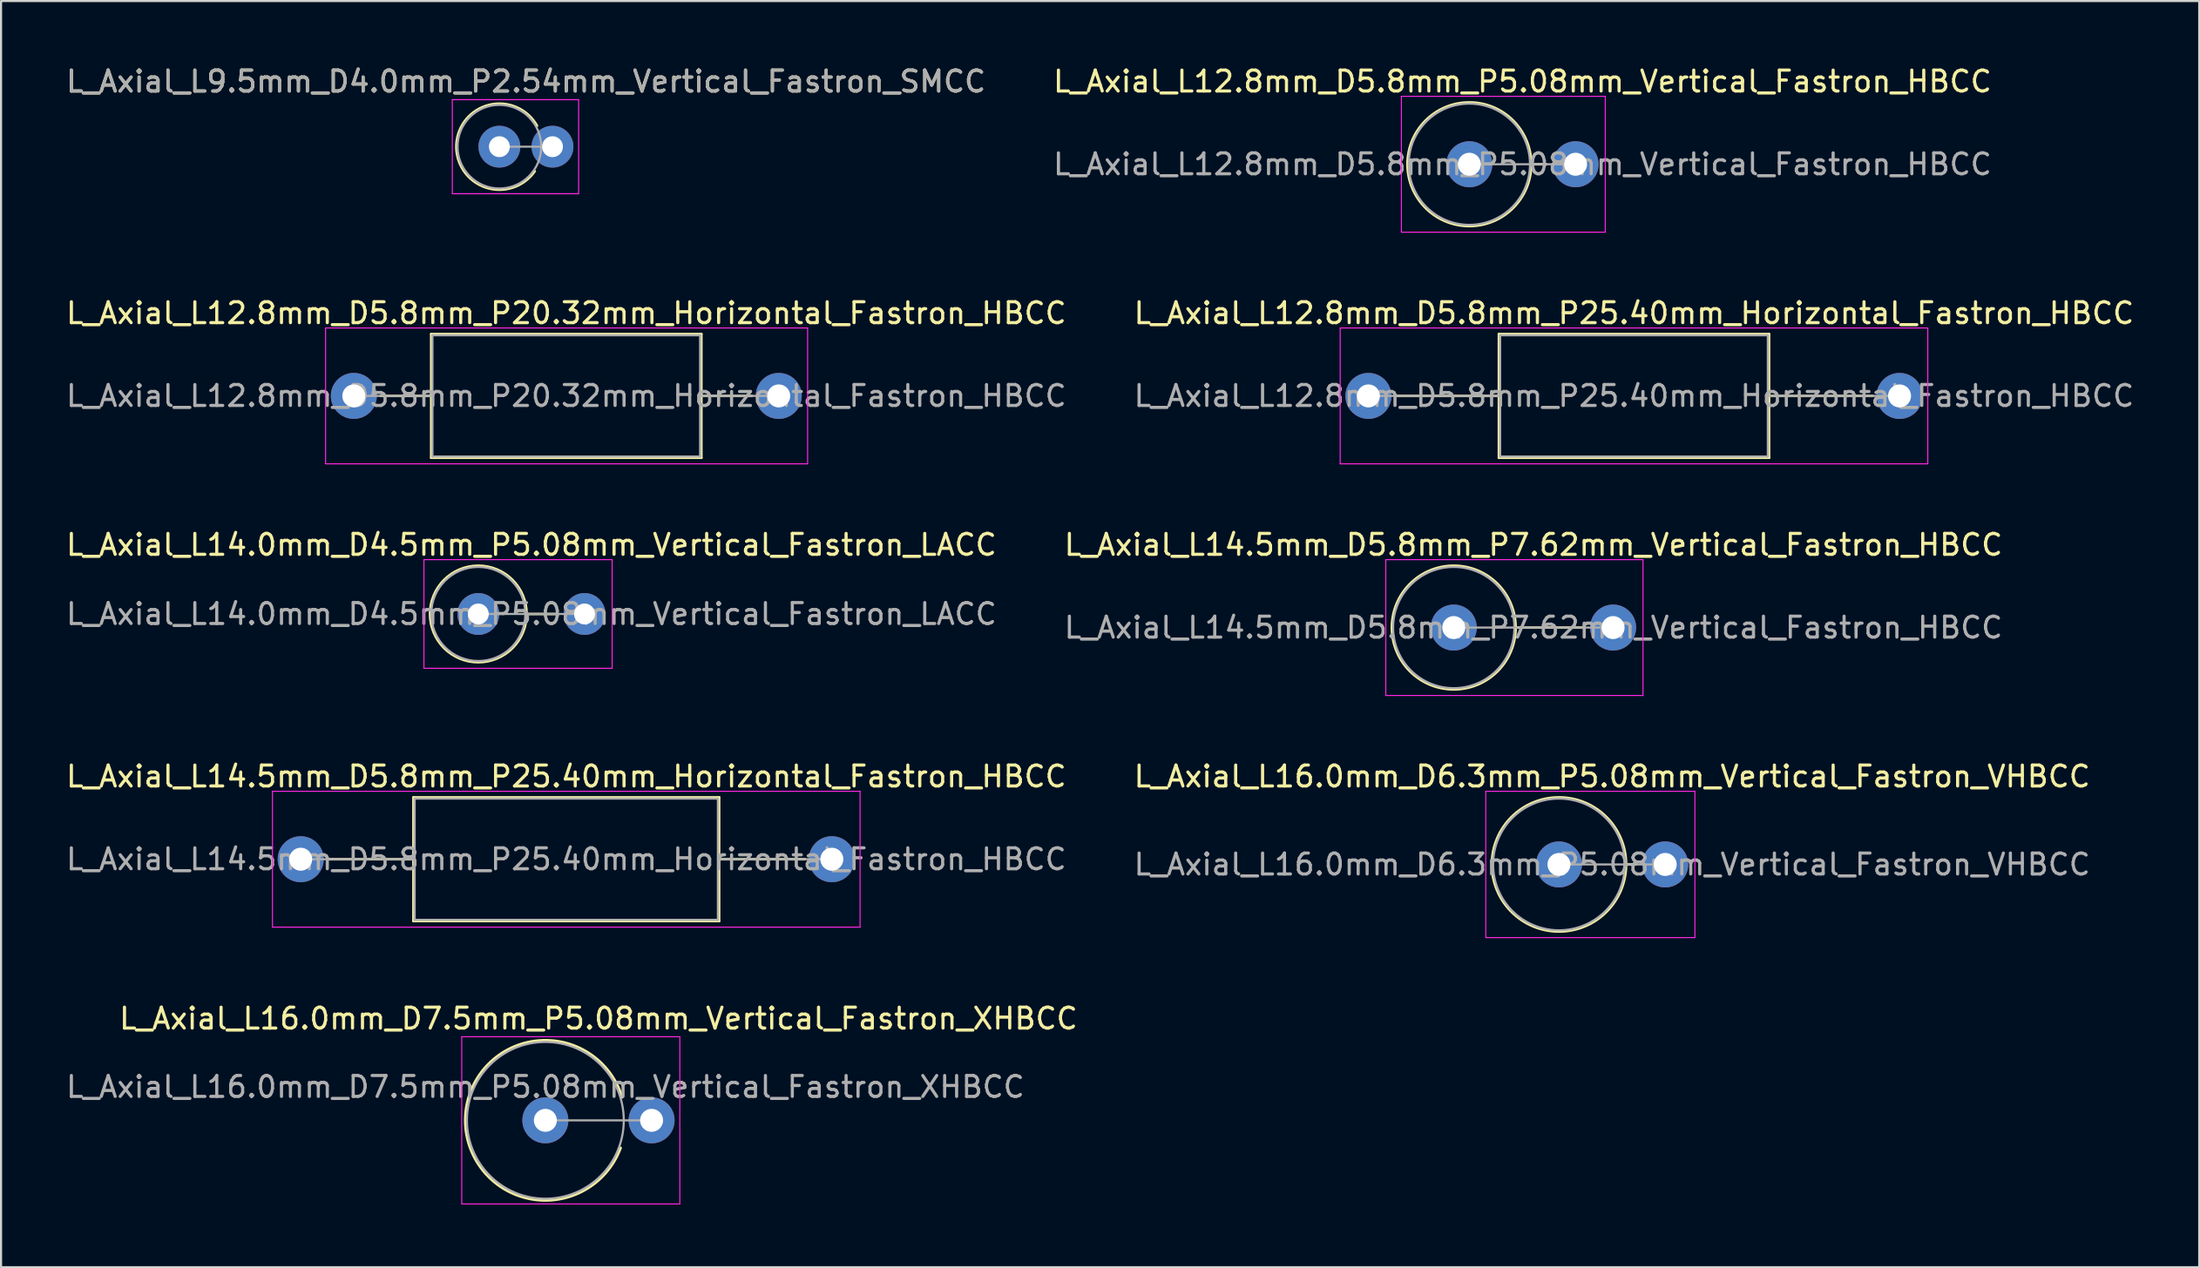
<source format=kicad_pcb>
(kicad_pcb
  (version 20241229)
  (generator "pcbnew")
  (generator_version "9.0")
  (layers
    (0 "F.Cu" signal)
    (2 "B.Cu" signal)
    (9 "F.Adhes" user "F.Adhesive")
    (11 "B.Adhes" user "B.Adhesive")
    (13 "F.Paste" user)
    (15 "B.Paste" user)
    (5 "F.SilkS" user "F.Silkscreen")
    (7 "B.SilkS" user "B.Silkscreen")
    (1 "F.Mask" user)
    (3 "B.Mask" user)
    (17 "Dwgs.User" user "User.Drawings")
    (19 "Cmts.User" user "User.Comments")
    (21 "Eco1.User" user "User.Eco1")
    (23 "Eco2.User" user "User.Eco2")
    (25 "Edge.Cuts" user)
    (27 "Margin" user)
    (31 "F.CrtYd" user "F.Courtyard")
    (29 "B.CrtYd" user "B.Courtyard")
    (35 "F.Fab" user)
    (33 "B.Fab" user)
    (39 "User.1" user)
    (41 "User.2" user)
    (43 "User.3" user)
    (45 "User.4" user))
  (footprint "L_Axial_L14.5mm_D5.8mm_P25.40mm_Horizontal_Fastron_HBCC"
    (layer "F.Cu")
    (at 11.33 38.058)
    (property "Reference" "L_Axial_L14.5mm_D5.8mm_P25.40mm_Horizontal_Fastron_HBCC" (at 12.7 -3.96 0) (layer "F.SilkS") (effects (font (size 1 1) (thickness 0.15))))
    (attr through_hole)
    (fp_line (start 1.28 0) (end 5.39 0) (stroke (width 0.12) (type solid)) (layer "F.SilkS"))
    (fp_line (start 5.39 -2.96) (end 5.39 2.96) (stroke (width 0.12) (type solid)) (layer "F.SilkS"))
    (fp_line (start 5.39 2.96) (end 20.01 2.96) (stroke (width 0.12) (type solid)) (layer "F.SilkS"))
    (fp_line (start 20.01 -2.96) (end 5.39 -2.96) (stroke (width 0.12) (type solid)) (layer "F.SilkS"))
    (fp_line (start 20.01 2.96) (end 20.01 -2.96) (stroke (width 0.12) (type solid)) (layer "F.SilkS"))
    (fp_line (start 24.12 0) (end 20.01 0) (stroke (width 0.12) (type solid)) (layer "F.SilkS"))
    (fp_line (start -1.35 -3.25) (end -1.35 3.25) (stroke (width 0.05) (type solid)) (layer "F.CrtYd"))
    (fp_line (start -1.35 3.25) (end 26.75 3.25) (stroke (width 0.05) (type solid)) (layer "F.CrtYd"))
    (fp_line (start 26.75 -3.25) (end -1.35 -3.25) (stroke (width 0.05) (type solid)) (layer "F.CrtYd"))
    (fp_line (start 26.75 3.25) (end 26.75 -3.25) (stroke (width 0.05) (type solid)) (layer "F.CrtYd"))
    (fp_line (start 0 0) (end 5.45 0) (stroke (width 0.1) (type solid)) (layer "F.Fab"))
    (fp_line (start 5.45 -2.9) (end 5.45 2.9) (stroke (width 0.1) (type solid)) (layer "F.Fab"))
    (fp_line (start 5.45 2.9) (end 19.95 2.9) (stroke (width 0.1) (type solid)) (layer "F.Fab"))
    (fp_line (start 19.95 -2.9) (end 5.45 -2.9) (stroke (width 0.1) (type solid)) (layer "F.Fab"))
    (fp_line (start 19.95 2.9) (end 19.95 -2.9) (stroke (width 0.1) (type solid)) (layer "F.Fab"))
    (fp_line (start 25.4 0) (end 19.95 0) (stroke (width 0.1) (type solid)) (layer "F.Fab"))
    (fp_text user "${REFERENCE}" (at 12.7 0 0) (layer "F.Fab") (effects (font (size 1 1) (thickness 0.15))))
    (pad "1" thru_hole circle (at 0 0) (size 2.2 2.2) (drill 1.1) (layers "*.Cu" "*.Mask"))
    (pad "2" thru_hole oval (at 25.4 0) (size 2.2 2.2) (drill 1.1) (layers "*.Cu" "*.Mask")))
  (footprint "L_Axial_L9.5mm_D4.0mm_P2.54mm_Vertical_Fastron_SMCC"
    (layer "F.Cu")
    (at 20.831 3.968)
    (property "Reference" "L_Axial_L9.5mm_D4.0mm_P2.54mm_Vertical_Fastron_SMCC" (at 1.27 -3.12 0) (layer "F.SilkS") (effects (font (size 1 1) (thickness 0.15))))
    (attr through_hole)
    (fp_arc (start 1.692308 1.173071) (mid -2.056603 -0.10192) (end 1.8 -1) (stroke (width 0.12) (type solid)) (layer "F.SilkS"))
    (fp_line (start -2.25 -2.25) (end -2.25 2.25) (stroke (width 0.05) (type solid)) (layer "F.CrtYd"))
    (fp_line (start -2.25 2.25) (end 3.79 2.25) (stroke (width 0.05) (type solid)) (layer "F.CrtYd"))
    (fp_line (start 3.79 -2.25) (end -2.25 -2.25) (stroke (width 0.05) (type solid)) (layer "F.CrtYd"))
    (fp_line (start 3.79 2.25) (end 3.79 -2.25) (stroke (width 0.05) (type solid)) (layer "F.CrtYd"))
    (fp_line (start 0 0) (end 2.54 0) (stroke (width 0.1) (type solid)) (layer "F.Fab"))
    (fp_circle (center 0 0) (end 2 0) (stroke (width 0.1) (type solid)) (fill no) (layer "F.Fab"))
    (fp_text user "${REFERENCE}" (at 1.27 -3.12 0) (layer "F.Fab") (effects (font (size 1 1) (thickness 0.15))))
    (pad "1" thru_hole circle (at 0 0) (size 2 2) (drill 1) (layers "*.Cu" "*.Mask"))
    (pad "2" thru_hole oval (at 2.54 0) (size 2 2) (drill 1) (layers "*.Cu" "*.Mask")))
  (footprint "L_Axial_L12.8mm_D5.8mm_P5.08mm_Vertical_Fastron_HBCC"
    (layer "F.Cu")
    (at 67.216 4.808)
    (property "Reference" "L_Axial_L12.8mm_D5.8mm_P5.08mm_Vertical_Fastron_HBCC" (at 2.54 -3.96 0) (layer "F.SilkS") (effects (font (size 1 1) (thickness 0.15))))
    (attr through_hole)
    (fp_line (start 2.96 0) (end 3.68 0) (stroke (width 0.12) (type solid)) (layer "F.SilkS"))
    (fp_circle (center 0 0) (end 2.96 0) (stroke (width 0.12) (type solid)) (fill no) (layer "F.SilkS"))
    (fp_line (start -3.25 -3.25) (end -3.25 3.25) (stroke (width 0.05) (type solid)) (layer "F.CrtYd"))
    (fp_line (start -3.25 3.25) (end 6.5 3.25) (stroke (width 0.05) (type solid)) (layer "F.CrtYd"))
    (fp_line (start 6.5 -3.25) (end -3.25 -3.25) (stroke (width 0.05) (type solid)) (layer "F.CrtYd"))
    (fp_line (start 6.5 3.25) (end 6.5 -3.25) (stroke (width 0.05) (type solid)) (layer "F.CrtYd"))
    (fp_line (start 0 0) (end 5.08 0) (stroke (width 0.1) (type solid)) (layer "F.Fab"))
    (fp_circle (center 0 0) (end 2.9 0) (stroke (width 0.1) (type solid)) (fill no) (layer "F.Fab"))
    (fp_text user "${REFERENCE}" (at 2.54 0 0) (layer "F.Fab") (effects (font (size 1 1) (thickness 0.15))))
    (pad "1" thru_hole circle (at 0 0) (size 2.2 2.2) (drill 1.1) (layers "*.Cu" "*.Mask"))
    (pad "2" thru_hole oval (at 5.08 0) (size 2.2 2.2) (drill 1.1) (layers "*.Cu" "*.Mask")))
  (footprint "L_Axial_L16.0mm_D6.3mm_P5.08mm_Vertical_Fastron_VHBCC"
    (layer "F.Cu")
    (at 71.502 38.308)
    (property "Reference" "L_Axial_L16.0mm_D6.3mm_P5.08mm_Vertical_Fastron_VHBCC" (at 2.54 -4.21 0) (layer "F.SilkS") (effects (font (size 1 1) (thickness 0.15))))
    (attr through_hole)
    (fp_line (start 3.21 0) (end 3.68 0) (stroke (width 0.12) (type solid)) (layer "F.SilkS"))
    (fp_circle (center 0 0) (end 3.21 0) (stroke (width 0.12) (type solid)) (fill no) (layer "F.SilkS"))
    (fp_line (start -3.5 -3.5) (end -3.5 3.5) (stroke (width 0.05) (type solid)) (layer "F.CrtYd"))
    (fp_line (start -3.5 3.5) (end 6.5 3.5) (stroke (width 0.05) (type solid)) (layer "F.CrtYd"))
    (fp_line (start 6.5 -3.5) (end -3.5 -3.5) (stroke (width 0.05) (type solid)) (layer "F.CrtYd"))
    (fp_line (start 6.5 3.5) (end 6.5 -3.5) (stroke (width 0.05) (type solid)) (layer "F.CrtYd"))
    (fp_line (start 0 0) (end 5.08 0) (stroke (width 0.1) (type solid)) (layer "F.Fab"))
    (fp_circle (center 0 0) (end 3.15 0) (stroke (width 0.1) (type solid)) (fill no) (layer "F.Fab"))
    (fp_text user "${REFERENCE}" (at 2.54 0 0) (layer "F.Fab") (effects (font (size 1 1) (thickness 0.15))))
    (pad "1" thru_hole circle (at 0 0) (size 2.2 2.2) (drill 1.1) (layers "*.Cu" "*.Mask"))
    (pad "2" thru_hole oval (at 5.08 0) (size 2.2 2.2) (drill 1.1) (layers "*.Cu" "*.Mask")))
  (footprint "L_Axial_L12.8mm_D5.8mm_P20.32mm_Horizontal_Fastron_HBCC"
    (layer "F.Cu")
    (at 13.87 15.892)
    (property "Reference" "L_Axial_L12.8mm_D5.8mm_P20.32mm_Horizontal_Fastron_HBCC" (at 10.16 -3.96 0) (layer "F.SilkS") (effects (font (size 1 1) (thickness 0.15))))
    (attr through_hole)
    (fp_line (start 1.28 0) (end 3.7 0) (stroke (width 0.12) (type solid)) (layer "F.SilkS"))
    (fp_line (start 3.7 -2.96) (end 3.7 2.96) (stroke (width 0.12) (type solid)) (layer "F.SilkS"))
    (fp_line (start 3.7 2.96) (end 16.62 2.96) (stroke (width 0.12) (type solid)) (layer "F.SilkS"))
    (fp_line (start 16.62 -2.96) (end 3.7 -2.96) (stroke (width 0.12) (type solid)) (layer "F.SilkS"))
    (fp_line (start 16.62 2.96) (end 16.62 -2.96) (stroke (width 0.12) (type solid)) (layer "F.SilkS"))
    (fp_line (start 19.04 0) (end 16.62 0) (stroke (width 0.12) (type solid)) (layer "F.SilkS"))
    (fp_line (start -1.35 -3.25) (end -1.35 3.25) (stroke (width 0.05) (type solid)) (layer "F.CrtYd"))
    (fp_line (start -1.35 3.25) (end 21.7 3.25) (stroke (width 0.05) (type solid)) (layer "F.CrtYd"))
    (fp_line (start 21.7 -3.25) (end -1.35 -3.25) (stroke (width 0.05) (type solid)) (layer "F.CrtYd"))
    (fp_line (start 21.7 3.25) (end 21.7 -3.25) (stroke (width 0.05) (type solid)) (layer "F.CrtYd"))
    (fp_line (start 0 0) (end 3.76 0) (stroke (width 0.1) (type solid)) (layer "F.Fab"))
    (fp_line (start 3.76 -2.9) (end 3.76 2.9) (stroke (width 0.1) (type solid)) (layer "F.Fab"))
    (fp_line (start 3.76 2.9) (end 16.56 2.9) (stroke (width 0.1) (type solid)) (layer "F.Fab"))
    (fp_line (start 16.56 -2.9) (end 3.76 -2.9) (stroke (width 0.1) (type solid)) (layer "F.Fab"))
    (fp_line (start 16.56 2.9) (end 16.56 -2.9) (stroke (width 0.1) (type solid)) (layer "F.Fab"))
    (fp_line (start 20.32 0) (end 16.56 0) (stroke (width 0.1) (type solid)) (layer "F.Fab"))
    (fp_text user "${REFERENCE}" (at 10.16 0 0) (layer "F.Fab") (effects (font (size 1 1) (thickness 0.15))))
    (pad "1" thru_hole circle (at 0 0) (size 2.2 2.2) (drill 1.1) (layers "*.Cu" "*.Mask"))
    (pad "2" thru_hole oval (at 20.32 0) (size 2.2 2.2) (drill 1.1) (layers "*.Cu" "*.Mask")))
  (footprint "L_Axial_L12.8mm_D5.8mm_P25.40mm_Horizontal_Fastron_HBCC"
    (layer "F.Cu")
    (at 62.389 15.892)
    (property "Reference" "L_Axial_L12.8mm_D5.8mm_P25.40mm_Horizontal_Fastron_HBCC" (at 12.7 -3.96 0) (layer "F.SilkS") (effects (font (size 1 1) (thickness 0.15))))
    (attr through_hole)
    (fp_line (start 1.28 0) (end 6.24 0) (stroke (width 0.12) (type solid)) (layer "F.SilkS"))
    (fp_line (start 6.24 -2.96) (end 6.24 2.96) (stroke (width 0.12) (type solid)) (layer "F.SilkS"))
    (fp_line (start 6.24 2.96) (end 19.16 2.96) (stroke (width 0.12) (type solid)) (layer "F.SilkS"))
    (fp_line (start 19.16 -2.96) (end 6.24 -2.96) (stroke (width 0.12) (type solid)) (layer "F.SilkS"))
    (fp_line (start 19.16 2.96) (end 19.16 -2.96) (stroke (width 0.12) (type solid)) (layer "F.SilkS"))
    (fp_line (start 24.12 0) (end 19.16 0) (stroke (width 0.12) (type solid)) (layer "F.SilkS"))
    (fp_line (start -1.35 -3.25) (end -1.35 3.25) (stroke (width 0.05) (type solid)) (layer "F.CrtYd"))
    (fp_line (start -1.35 3.25) (end 26.75 3.25) (stroke (width 0.05) (type solid)) (layer "F.CrtYd"))
    (fp_line (start 26.75 -3.25) (end -1.35 -3.25) (stroke (width 0.05) (type solid)) (layer "F.CrtYd"))
    (fp_line (start 26.75 3.25) (end 26.75 -3.25) (stroke (width 0.05) (type solid)) (layer "F.CrtYd"))
    (fp_line (start 0 0) (end 6.3 0) (stroke (width 0.1) (type solid)) (layer "F.Fab"))
    (fp_line (start 6.3 -2.9) (end 6.3 2.9) (stroke (width 0.1) (type solid)) (layer "F.Fab"))
    (fp_line (start 6.3 2.9) (end 19.1 2.9) (stroke (width 0.1) (type solid)) (layer "F.Fab"))
    (fp_line (start 19.1 -2.9) (end 6.3 -2.9) (stroke (width 0.1) (type solid)) (layer "F.Fab"))
    (fp_line (start 19.1 2.9) (end 19.1 -2.9) (stroke (width 0.1) (type solid)) (layer "F.Fab"))
    (fp_line (start 25.4 0) (end 19.1 0) (stroke (width 0.1) (type solid)) (layer "F.Fab"))
    (fp_text user "${REFERENCE}" (at 12.7 0 0) (layer "F.Fab") (effects (font (size 1 1) (thickness 0.15))))
    (pad "1" thru_hole circle (at 0 0) (size 2.2 2.2) (drill 1.1) (layers "*.Cu" "*.Mask"))
    (pad "2" thru_hole oval (at 25.4 0) (size 2.2 2.2) (drill 1.1) (layers "*.Cu" "*.Mask")))
  (footprint "L_Axial_L16.0mm_D7.5mm_P5.08mm_Vertical_Fastron_XHBCC"
    (layer "F.Cu")
    (at 23.03 50.551)
    (property "Reference" "L_Axial_L16.0mm_D7.5mm_P5.08mm_Vertical_Fastron_XHBCC" (at 2.54 -4.87 0) (layer "F.SilkS") (effects (font (size 1 1) (thickness 0.15))))
    (attr through_hole)
    (fp_arc (start 3.600843 1.316217) (mid -3.832169 -0.113917) (end 3.672669 -1.1) (stroke (width 0.12) (type solid)) (layer "F.SilkS"))
    (fp_line (start -4 -4) (end -4 4) (stroke (width 0.05) (type solid)) (layer "F.CrtYd"))
    (fp_line (start -4 4) (end 6.43 4) (stroke (width 0.05) (type solid)) (layer "F.CrtYd"))
    (fp_line (start 6.43 -4) (end -4 -4) (stroke (width 0.05) (type solid)) (layer "F.CrtYd"))
    (fp_line (start 6.43 4) (end 6.43 -4) (stroke (width 0.05) (type solid)) (layer "F.CrtYd"))
    (fp_line (start 0 0) (end 5.08 0) (stroke (width 0.1) (type solid)) (layer "F.Fab"))
    (fp_circle (center 0 0) (end 3.75 0) (stroke (width 0.1) (type solid)) (fill no) (layer "F.Fab"))
    (fp_text user "${REFERENCE}" (at 0 -1.6 0) (layer "F.Fab") (effects (font (size 1 1) (thickness 0.15))))
    (pad "1" thru_hole circle (at 0 0) (size 2.2 2.2) (drill 1.1) (layers "*.Cu" "*.Mask"))
    (pad "2" thru_hole oval (at 5.08 0) (size 2.2 2.2) (drill 1.1) (layers "*.Cu" "*.Mask")))
  (footprint "L_Axial_L14.0mm_D4.5mm_P5.08mm_Vertical_Fastron_LACC"
    (layer "F.Cu")
    (at 19.823 26.325)
    (property "Reference" "L_Axial_L14.0mm_D4.5mm_P5.08mm_Vertical_Fastron_LACC" (at 2.54 -3.31 0) (layer "F.SilkS") (effects (font (size 1 1) (thickness 0.15))))
    (attr through_hole)
    (fp_line (start 2.31 0) (end 3.78 0) (stroke (width 0.12) (type solid)) (layer "F.SilkS"))
    (fp_circle (center 0 0) (end 2.31 0) (stroke (width 0.12) (type solid)) (fill no) (layer "F.SilkS"))
    (fp_line (start -2.6 -2.6) (end -2.6 2.6) (stroke (width 0.05) (type solid)) (layer "F.CrtYd"))
    (fp_line (start -2.6 2.6) (end 6.4 2.6) (stroke (width 0.05) (type solid)) (layer "F.CrtYd"))
    (fp_line (start 6.4 -2.6) (end -2.6 -2.6) (stroke (width 0.05) (type solid)) (layer "F.CrtYd"))
    (fp_line (start 6.4 2.6) (end 6.4 -2.6) (stroke (width 0.05) (type solid)) (layer "F.CrtYd"))
    (fp_line (start 0 0) (end 5.08 0) (stroke (width 0.1) (type solid)) (layer "F.Fab"))
    (fp_circle (center 0 0) (end 2.25 0) (stroke (width 0.1) (type solid)) (fill no) (layer "F.Fab"))
    (fp_text user "${REFERENCE}" (at 2.54 0 0) (layer "F.Fab") (effects (font (size 1 1) (thickness 0.15))))
    (pad "1" thru_hole circle (at 0 0) (size 2 2) (drill 1) (layers "*.Cu" "*.Mask"))
    (pad "2" thru_hole oval (at 5.08 0) (size 2 2) (drill 1) (layers "*.Cu" "*.Mask")))
  (footprint "L_Axial_L14.5mm_D5.8mm_P7.62mm_Vertical_Fastron_HBCC"
    (layer "F.Cu")
    (at 66.47 26.975)
    (property "Reference" "L_Axial_L14.5mm_D5.8mm_P7.62mm_Vertical_Fastron_HBCC" (at 3.81 -3.96 0) (layer "F.SilkS") (effects (font (size 1 1) (thickness 0.15))))
    (attr through_hole)
    (fp_line (start 2.96 0) (end 6.22 0) (stroke (width 0.12) (type solid)) (layer "F.SilkS"))
    (fp_circle (center 0 0) (end 2.96 0) (stroke (width 0.12) (type solid)) (fill no) (layer "F.SilkS"))
    (fp_line (start -3.25 -3.25) (end -3.25 3.25) (stroke (width 0.05) (type solid)) (layer "F.CrtYd"))
    (fp_line (start -3.25 3.25) (end 9.05 3.25) (stroke (width 0.05) (type solid)) (layer "F.CrtYd"))
    (fp_line (start 9.05 -3.25) (end -3.25 -3.25) (stroke (width 0.05) (type solid)) (layer "F.CrtYd"))
    (fp_line (start 9.05 3.25) (end 9.05 -3.25) (stroke (width 0.05) (type solid)) (layer "F.CrtYd"))
    (fp_line (start 0 0) (end 7.62 0) (stroke (width 0.1) (type solid)) (layer "F.Fab"))
    (fp_circle (center 0 0) (end 2.9 0) (stroke (width 0.1) (type solid)) (fill no) (layer "F.Fab"))
    (fp_text user "${REFERENCE}" (at 3.81 0 0) (layer "F.Fab") (effects (font (size 1 1) (thickness 0.15))))
    (pad "1" thru_hole circle (at 0 0) (size 2.2 2.2) (drill 1.1) (layers "*.Cu" "*.Mask"))
    (pad "2" thru_hole oval (at 7.62 0) (size 2.2 2.2) (drill 1.1) (layers "*.Cu" "*.Mask")))
  (gr_rect
    (start -3 -3)
    (end 102.119 57.576)
    (stroke (width 0.1) (type default))
    (fill no)
    (layer "Edge.Cuts")))
</source>
